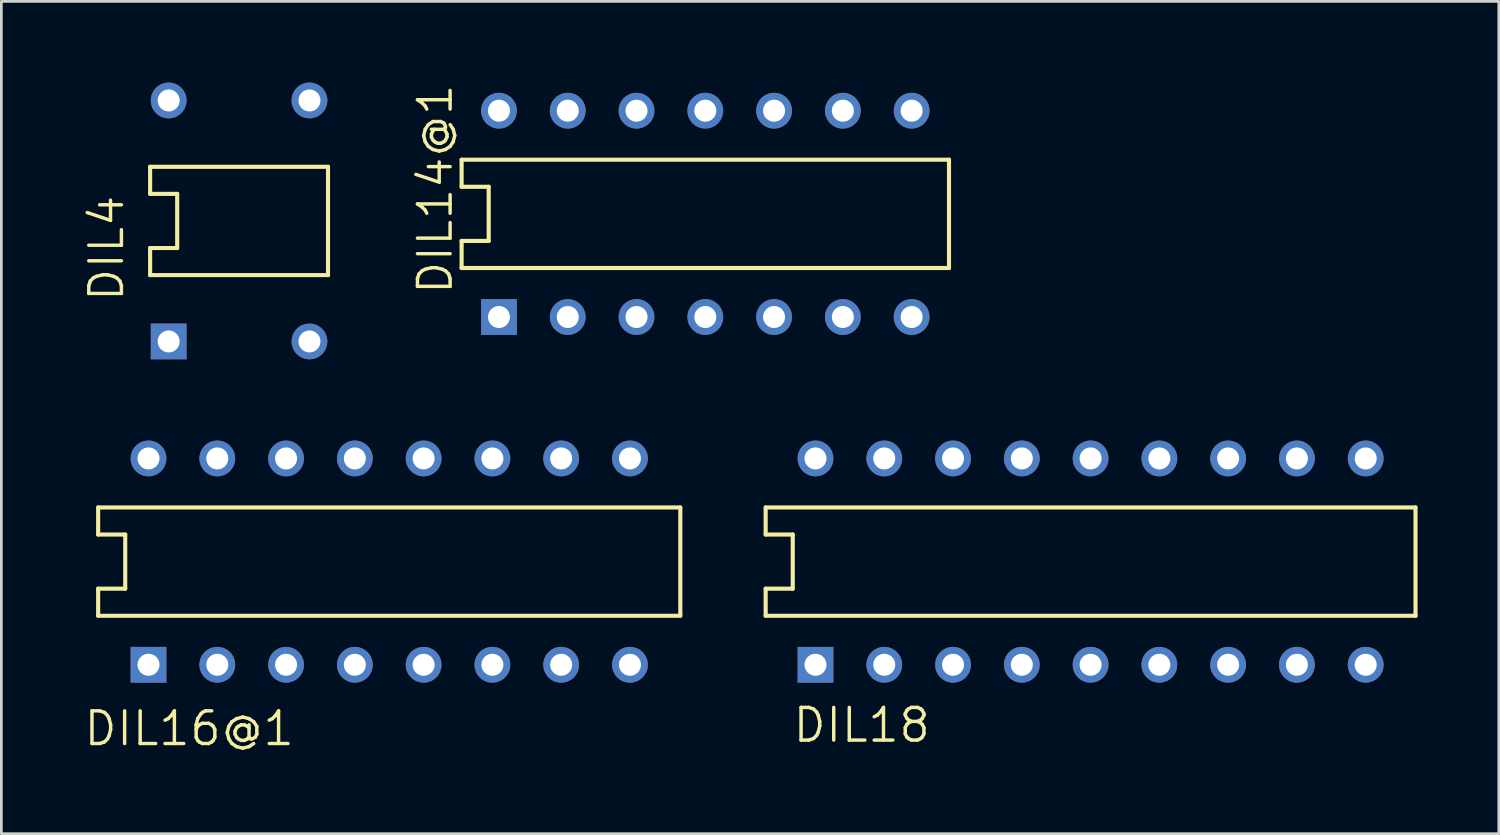
<source format=kicad_pcb>
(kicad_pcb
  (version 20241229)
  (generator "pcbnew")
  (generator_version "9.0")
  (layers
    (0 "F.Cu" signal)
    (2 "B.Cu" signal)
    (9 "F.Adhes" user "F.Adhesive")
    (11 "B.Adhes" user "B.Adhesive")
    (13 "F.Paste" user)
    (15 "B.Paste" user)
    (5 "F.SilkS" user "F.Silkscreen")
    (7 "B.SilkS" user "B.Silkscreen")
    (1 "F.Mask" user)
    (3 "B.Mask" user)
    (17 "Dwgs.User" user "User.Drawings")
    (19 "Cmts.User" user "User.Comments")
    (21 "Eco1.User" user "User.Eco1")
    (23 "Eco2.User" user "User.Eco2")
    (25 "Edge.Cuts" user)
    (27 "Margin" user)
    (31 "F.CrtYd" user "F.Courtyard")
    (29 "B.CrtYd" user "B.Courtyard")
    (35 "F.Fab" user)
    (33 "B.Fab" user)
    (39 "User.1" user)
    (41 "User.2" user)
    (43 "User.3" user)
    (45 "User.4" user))
  (footprint "DIL14@1"
    (layer "F.Cu")
    (at 22.998 4.848)
    (property "Reference" "DIL14@1" (at -9.271 3.048 90) (layer "F.SilkS") (effects (font (size 1.206 1.206) (thickness 0.127)) (justify left bottom)))
    (attr through_hole)
    (fp_line (start -9 -2) (end -9 -1) (stroke (width 0.152) (type solid)) (layer "F.SilkS"))
    (fp_line (start -9 -1) (end -8 -1) (stroke (width 0.152) (type solid)) (layer "F.SilkS"))
    (fp_line (start -9 1) (end -8 1) (stroke (width 0.152) (type solid)) (layer "F.SilkS"))
    (fp_line (start -9 2) (end -9 1) (stroke (width 0.152) (type solid)) (layer "F.SilkS"))
    (fp_line (start -9 2) (end 9 2) (stroke (width 0.152) (type solid)) (layer "F.SilkS"))
    (fp_line (start -8 1) (end -8 -1) (stroke (width 0.152) (type solid)) (layer "F.SilkS"))
    (fp_line (start 9 -2) (end -9 -2) (stroke (width 0.152) (type solid)) (layer "F.SilkS"))
    (fp_line (start 9 -2) (end 9 2) (stroke (width 0.152) (type solid)) (layer "F.SilkS"))
    (pad "1" thru_hole rect (at -7.62 3.81 90) (size 1.321 1.321) (drill 0.813) (layers "*.Cu" "*.Mask"))
    (pad "2" thru_hole circle (at -5.08 3.81 90) (size 1.321 1.321) (drill 0.813) (layers "*.Cu" "*.Mask"))
    (pad "3" thru_hole circle (at -2.54 3.81 90) (size 1.321 1.321) (drill 0.813) (layers "*.Cu" "*.Mask"))
    (pad "4" thru_hole circle (at 0 3.81 90) (size 1.321 1.321) (drill 0.813) (layers "*.Cu" "*.Mask"))
    (pad "5" thru_hole circle (at 2.54 3.81 90) (size 1.321 1.321) (drill 0.813) (layers "*.Cu" "*.Mask"))
    (pad "6" thru_hole circle (at 5.08 3.81 90) (size 1.321 1.321) (drill 0.813) (layers "*.Cu" "*.Mask"))
    (pad "7" thru_hole circle (at 7.62 3.81 90) (size 1.321 1.321) (drill 0.813) (layers "*.Cu" "*.Mask"))
    (pad "8" thru_hole circle (at 7.62 -3.81 90) (size 1.321 1.321) (drill 0.813) (layers "*.Cu" "*.Mask"))
    (pad "9" thru_hole circle (at 5.08 -3.81 90) (size 1.321 1.321) (drill 0.813) (layers "*.Cu" "*.Mask"))
    (pad "10" thru_hole circle (at 2.54 -3.81 90) (size 1.321 1.321) (drill 0.813) (layers "*.Cu" "*.Mask"))
    (pad "11" thru_hole circle (at 0 -3.81 90) (size 1.321 1.321) (drill 0.813) (layers "*.Cu" "*.Mask"))
    (pad "12" thru_hole circle (at -2.54 -3.81 90) (size 1.321 1.321) (drill 0.813) (layers "*.Cu" "*.Mask"))
    (pad "13" thru_hole circle (at -5.08 -3.81 90) (size 1.321 1.321) (drill 0.813) (layers "*.Cu" "*.Mask"))
    (pad "14" thru_hole circle (at -7.62 -3.81 90) (size 1.321 1.321) (drill 0.813) (layers "*.Cu" "*.Mask")))
  (footprint "DIL18"
    (layer "F.Cu")
    (at 37.227 17.691)
    (property "Reference" "DIL18" (at -5.842 5.334 0) (layer "F.SilkS") (effects (font (size 1.206 1.206) (thickness 0.127)) (justify right top)))
    (attr through_hole)
    (fp_line (start -12 -2) (end -12 -1) (stroke (width 0.152) (type solid)) (layer "F.SilkS"))
    (fp_line (start -12 -1) (end -11 -1) (stroke (width 0.152) (type solid)) (layer "F.SilkS"))
    (fp_line (start -12 1) (end -11 1) (stroke (width 0.152) (type solid)) (layer "F.SilkS"))
    (fp_line (start -12 2) (end -12 1) (stroke (width 0.152) (type solid)) (layer "F.SilkS"))
    (fp_line (start -12 2) (end 12 2) (stroke (width 0.152) (type solid)) (layer "F.SilkS"))
    (fp_line (start -11 1) (end -11 -1) (stroke (width 0.152) (type solid)) (layer "F.SilkS"))
    (fp_line (start 12 -2) (end -12 -2) (stroke (width 0.152) (type solid)) (layer "F.SilkS"))
    (fp_line (start 12 -2) (end 12 2) (stroke (width 0.152) (type solid)) (layer "F.SilkS"))
    (pad "1" thru_hole rect (at -10.16 3.81 90) (size 1.321 1.321) (drill 0.813) (layers "*.Cu" "*.Mask"))
    (pad "2" thru_hole circle (at -7.62 3.81 90) (size 1.321 1.321) (drill 0.813) (layers "*.Cu" "*.Mask"))
    (pad "3" thru_hole circle (at -5.08 3.81 90) (size 1.321 1.321) (drill 0.813) (layers "*.Cu" "*.Mask"))
    (pad "4" thru_hole circle (at -2.54 3.81 90) (size 1.321 1.321) (drill 0.813) (layers "*.Cu" "*.Mask"))
    (pad "5" thru_hole circle (at 0 3.81 90) (size 1.321 1.321) (drill 0.813) (layers "*.Cu" "*.Mask"))
    (pad "6" thru_hole circle (at 2.54 3.81 90) (size 1.321 1.321) (drill 0.813) (layers "*.Cu" "*.Mask"))
    (pad "7" thru_hole circle (at 5.08 3.81 90) (size 1.321 1.321) (drill 0.813) (layers "*.Cu" "*.Mask"))
    (pad "8" thru_hole circle (at 7.62 3.81 90) (size 1.321 1.321) (drill 0.813) (layers "*.Cu" "*.Mask"))
    (pad "9" thru_hole circle (at 10.16 3.81 90) (size 1.321 1.321) (drill 0.813) (layers "*.Cu" "*.Mask"))
    (pad "10" thru_hole circle (at 10.16 -3.81 90) (size 1.321 1.321) (drill 0.813) (layers "*.Cu" "*.Mask"))
    (pad "11" thru_hole circle (at 7.62 -3.81 90) (size 1.321 1.321) (drill 0.813) (layers "*.Cu" "*.Mask"))
    (pad "12" thru_hole circle (at 5.08 -3.81 90) (size 1.321 1.321) (drill 0.813) (layers "*.Cu" "*.Mask"))
    (pad "13" thru_hole circle (at 2.54 -3.81 90) (size 1.321 1.321) (drill 0.813) (layers "*.Cu" "*.Mask"))
    (pad "14" thru_hole circle (at 0 -3.81 90) (size 1.321 1.321) (drill 0.813) (layers "*.Cu" "*.Mask"))
    (pad "15" thru_hole circle (at -2.54 -3.81 90) (size 1.321 1.321) (drill 0.813) (layers "*.Cu" "*.Mask"))
    (pad "16" thru_hole circle (at -5.08 -3.81 90) (size 1.321 1.321) (drill 0.813) (layers "*.Cu" "*.Mask"))
    (pad "17" thru_hole circle (at -7.62 -3.81 90) (size 1.321 1.321) (drill 0.813) (layers "*.Cu" "*.Mask"))
    (pad "18" thru_hole circle (at -10.16 -3.81 90) (size 1.321 1.321) (drill 0.813) (layers "*.Cu" "*.Mask")))
  (footprint "DIL4"
    (layer "F.Cu")
    (at 5.779 5.11)
    (property "Reference" "DIL4" (at -4.191 3.048 90) (layer "F.SilkS") (effects (font (size 1.206 1.206) (thickness 0.127)) (justify left bottom)))
    (attr through_hole)
    (fp_line (start -3.285 -2) (end -3.285 -1) (stroke (width 0.152) (type solid)) (layer "F.SilkS"))
    (fp_line (start -3.285 -1) (end -2.285 -1) (stroke (width 0.152) (type solid)) (layer "F.SilkS"))
    (fp_line (start -3.285 1) (end -2.285 1) (stroke (width 0.152) (type solid)) (layer "F.SilkS"))
    (fp_line (start -3.285 2) (end -3.285 1) (stroke (width 0.152) (type solid)) (layer "F.SilkS"))
    (fp_line (start -3.285 2) (end 3.285 2) (stroke (width 0.152) (type solid)) (layer "F.SilkS"))
    (fp_line (start -2.285 1) (end -2.285 -1) (stroke (width 0.152) (type solid)) (layer "F.SilkS"))
    (fp_line (start 3.285 -2) (end -3.285 -2) (stroke (width 0.152) (type solid)) (layer "F.SilkS"))
    (fp_line (start 3.285 -2) (end 3.285 2) (stroke (width 0.152) (type solid)) (layer "F.SilkS"))
    (pad "1" thru_hole rect (at -2.6 4.45 90) (size 1.321 1.321) (drill 0.813) (layers "*.Cu" "*.Mask"))
    (pad "2" thru_hole circle (at 2.6 4.45 90) (size 1.321 1.321) (drill 0.813) (layers "*.Cu" "*.Mask"))
    (pad "3" thru_hole circle (at 2.6 -4.45 90) (size 1.321 1.321) (drill 0.813) (layers "*.Cu" "*.Mask"))
    (pad "4" thru_hole circle (at -2.6 -4.45 90) (size 1.321 1.321) (drill 0.813) (layers "*.Cu" "*.Mask")))
  (footprint "DIL16@1"
    (layer "F.Cu")
    (at 11.325 17.691)
    (property "Reference" "DIL16@1" (at -3.429 5.461 0) (layer "F.SilkS") (effects (font (size 1.206 1.206) (thickness 0.127)) (justify right top)))
    (attr through_hole)
    (fp_line (start -10.75 -2) (end -10.75 -1) (stroke (width 0.152) (type solid)) (layer "F.SilkS"))
    (fp_line (start -10.75 -1) (end -9.75 -1) (stroke (width 0.152) (type solid)) (layer "F.SilkS"))
    (fp_line (start -10.75 1) (end -9.75 1) (stroke (width 0.152) (type solid)) (layer "F.SilkS"))
    (fp_line (start -10.75 2) (end -10.75 1) (stroke (width 0.152) (type solid)) (layer "F.SilkS"))
    (fp_line (start -10.75 2) (end 10.75 2) (stroke (width 0.152) (type solid)) (layer "F.SilkS"))
    (fp_line (start -9.75 1) (end -9.75 -1) (stroke (width 0.152) (type solid)) (layer "F.SilkS"))
    (fp_line (start 10.75 -2) (end -10.75 -2) (stroke (width 0.152) (type solid)) (layer "F.SilkS"))
    (fp_line (start 10.75 -2) (end 10.75 2) (stroke (width 0.152) (type solid)) (layer "F.SilkS"))
    (pad "1" thru_hole rect (at -8.89 3.81 90) (size 1.321 1.321) (drill 0.813) (layers "*.Cu" "*.Mask"))
    (pad "2" thru_hole circle (at -6.35 3.81 90) (size 1.321 1.321) (drill 0.813) (layers "*.Cu" "*.Mask"))
    (pad "3" thru_hole circle (at -3.81 3.81 90) (size 1.321 1.321) (drill 0.813) (layers "*.Cu" "*.Mask"))
    (pad "4" thru_hole circle (at -1.27 3.81 90) (size 1.321 1.321) (drill 0.813) (layers "*.Cu" "*.Mask"))
    (pad "5" thru_hole circle (at 1.27 3.81 90) (size 1.321 1.321) (drill 0.813) (layers "*.Cu" "*.Mask"))
    (pad "6" thru_hole circle (at 3.81 3.81 90) (size 1.321 1.321) (drill 0.813) (layers "*.Cu" "*.Mask"))
    (pad "7" thru_hole circle (at 6.35 3.81 90) (size 1.321 1.321) (drill 0.813) (layers "*.Cu" "*.Mask"))
    (pad "8" thru_hole circle (at 8.89 3.81 90) (size 1.321 1.321) (drill 0.813) (layers "*.Cu" "*.Mask"))
    (pad "9" thru_hole circle (at 8.89 -3.81 90) (size 1.321 1.321) (drill 0.813) (layers "*.Cu" "*.Mask"))
    (pad "10" thru_hole circle (at 6.35 -3.81 90) (size 1.321 1.321) (drill 0.813) (layers "*.Cu" "*.Mask"))
    (pad "11" thru_hole circle (at 3.81 -3.81 90) (size 1.321 1.321) (drill 0.813) (layers "*.Cu" "*.Mask"))
    (pad "12" thru_hole circle (at 1.27 -3.81 90) (size 1.321 1.321) (drill 0.813) (layers "*.Cu" "*.Mask"))
    (pad "13" thru_hole circle (at -1.27 -3.81 90) (size 1.321 1.321) (drill 0.813) (layers "*.Cu" "*.Mask"))
    (pad "14" thru_hole circle (at -3.81 -3.81 90) (size 1.321 1.321) (drill 0.813) (layers "*.Cu" "*.Mask"))
    (pad "15" thru_hole circle (at -6.35 -3.81 90) (size 1.321 1.321) (drill 0.813) (layers "*.Cu" "*.Mask"))
    (pad "16" thru_hole circle (at -8.89 -3.81 90) (size 1.321 1.321) (drill 0.813) (layers "*.Cu" "*.Mask")))
  (gr_rect
    (start -3 -3)
    (end 52.303 27.74)
    (stroke (width 0.1) (type default))
    (fill no)
    (layer "Edge.Cuts")))
</source>
